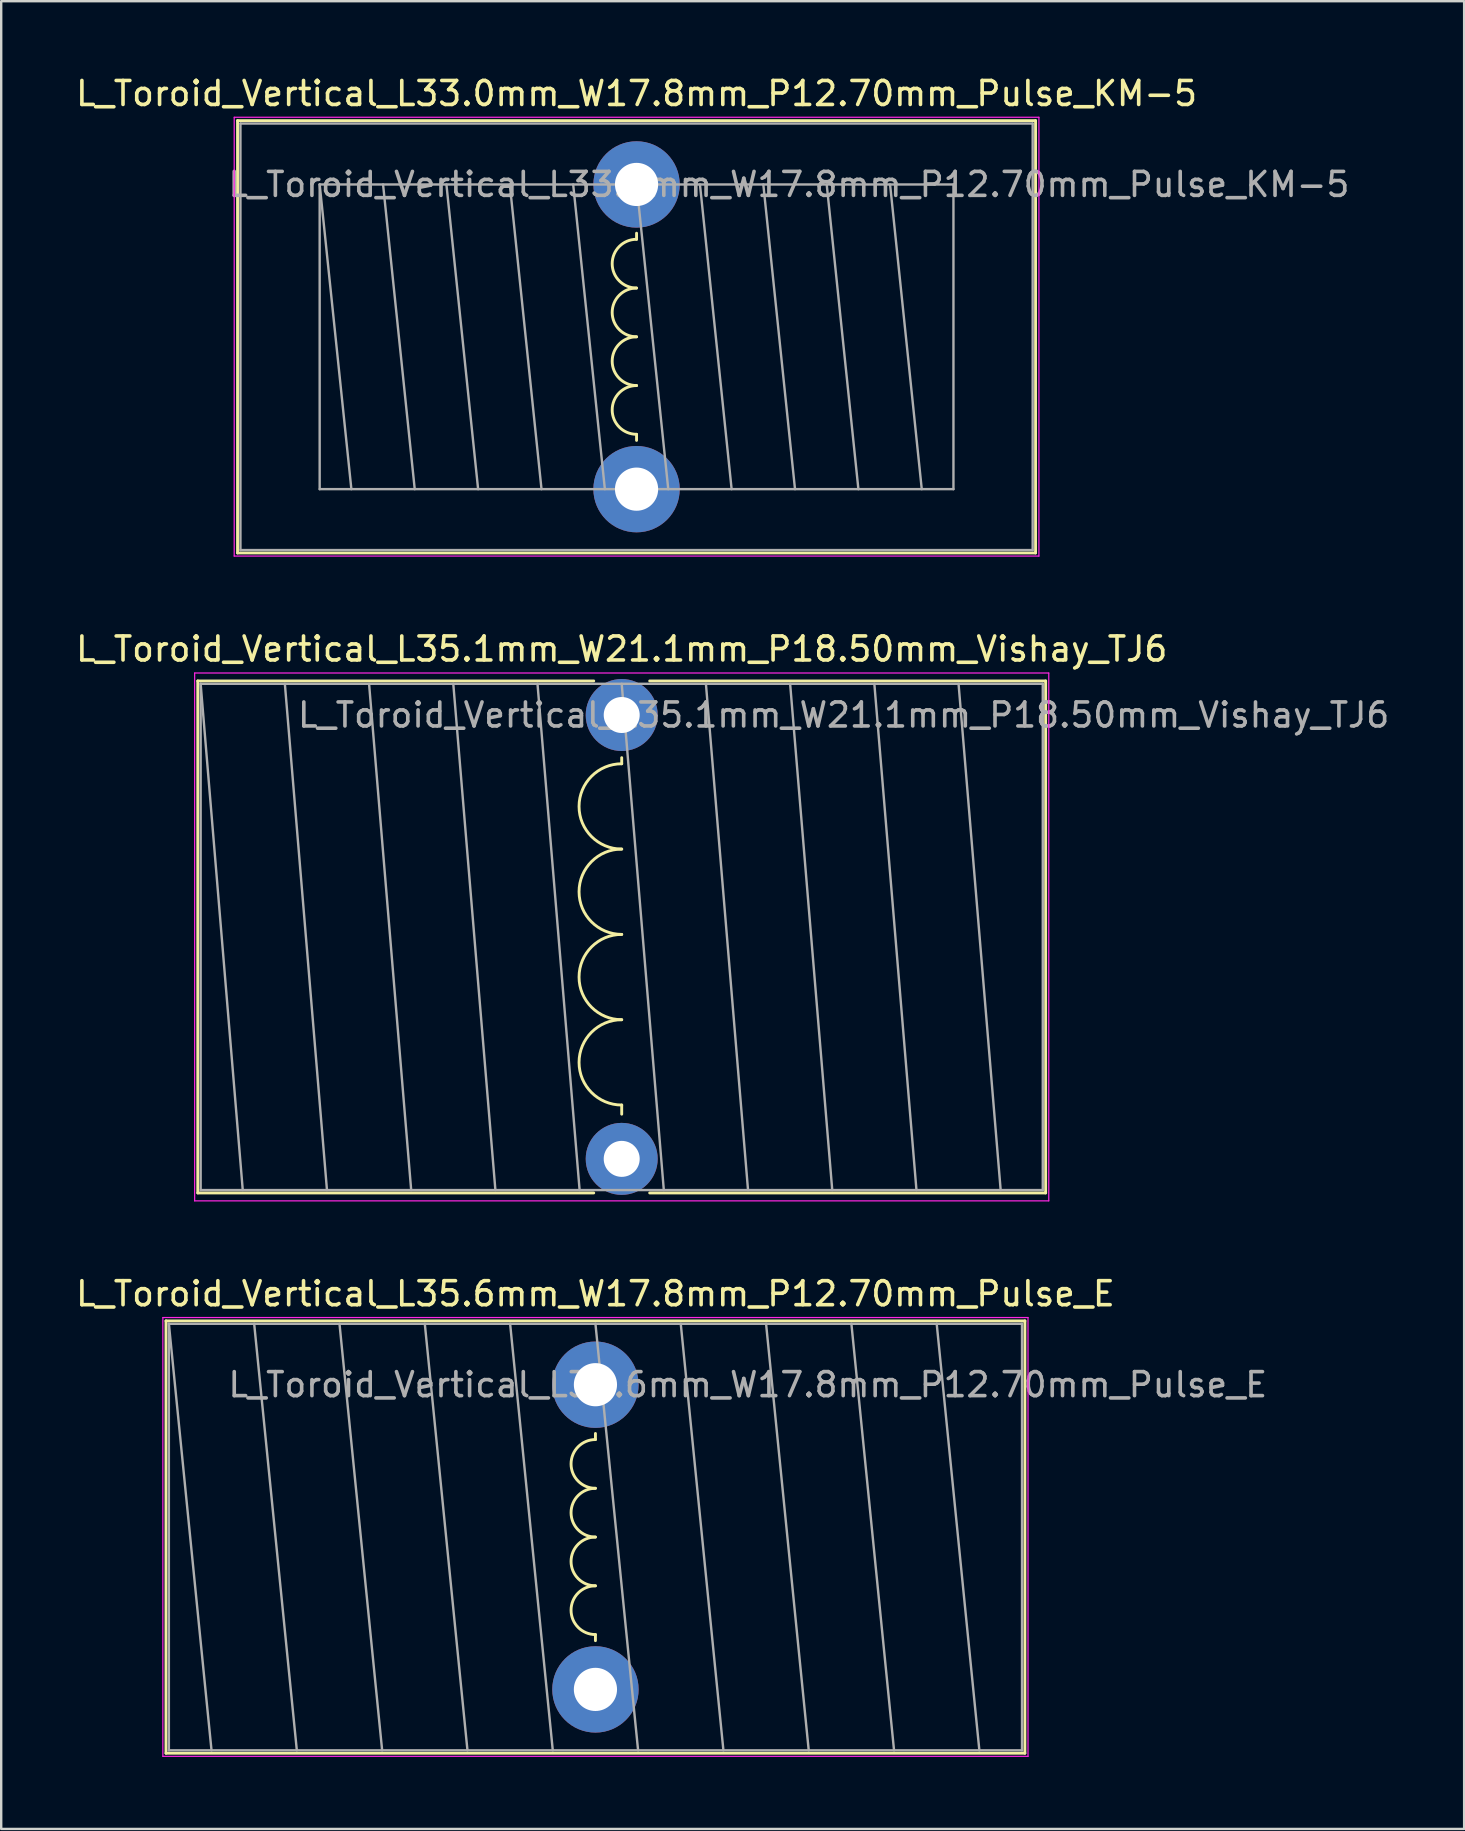
<source format=kicad_pcb>
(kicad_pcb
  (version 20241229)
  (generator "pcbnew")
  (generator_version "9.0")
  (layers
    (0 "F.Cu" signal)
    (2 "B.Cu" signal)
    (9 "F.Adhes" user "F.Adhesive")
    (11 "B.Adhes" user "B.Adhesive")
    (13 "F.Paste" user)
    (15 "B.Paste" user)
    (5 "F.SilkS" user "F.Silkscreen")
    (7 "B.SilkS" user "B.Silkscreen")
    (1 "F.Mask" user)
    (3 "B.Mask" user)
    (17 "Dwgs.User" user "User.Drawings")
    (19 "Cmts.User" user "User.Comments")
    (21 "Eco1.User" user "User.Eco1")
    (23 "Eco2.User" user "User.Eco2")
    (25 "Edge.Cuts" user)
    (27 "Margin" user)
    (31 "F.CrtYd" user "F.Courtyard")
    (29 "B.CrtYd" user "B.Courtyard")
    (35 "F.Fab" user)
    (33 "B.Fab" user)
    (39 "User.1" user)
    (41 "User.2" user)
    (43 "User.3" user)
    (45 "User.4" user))
  (footprint "L_Toroid_Vertical_L33.0mm_W17.8mm_P12.70mm_Pulse_KM-5"
    (layer "F.Cu")
    (at 23.482 4.638)
    (property "Reference" "L_Toroid_Vertical_L33.0mm_W17.8mm_P12.70mm_Pulse_KM-5" (at 0 -3.79 0) (layer "F.SilkS") (effects (font (size 1 1) (thickness 0.15))))
    (attr through_hole)
    (fp_line (start -16.631 -2.66) (end -16.631 15.36) (stroke (width 0.12) (type solid)) (layer "F.SilkS"))
    (fp_line (start -16.631 -2.66) (end 16.631 -2.66) (stroke (width 0.12) (type solid)) (layer "F.SilkS"))
    (fp_line (start -16.631 15.36) (end 16.631 15.36) (stroke (width 0.12) (type solid)) (layer "F.SilkS"))
    (fp_line (start 0 2.286) (end 0 2.032) (stroke (width 0.12) (type solid)) (layer "F.SilkS"))
    (fp_line (start 0 10.414) (end 0 10.668) (stroke (width 0.12) (type solid)) (layer "F.SilkS"))
    (fp_line (start 16.631 -2.66) (end 16.631 15.36) (stroke (width 0.12) (type solid)) (layer "F.SilkS"))
    (fp_arc (start 0 4.318) (mid -1.016 3.302) (end 0 2.286) (stroke (width 0.12) (type solid)) (layer "F.SilkS"))
    (fp_arc (start 0 6.35) (mid -1.016 5.334) (end 0 4.318) (stroke (width 0.12) (type solid)) (layer "F.SilkS"))
    (fp_arc (start 0 8.382) (mid -1.016 7.366) (end 0 6.35) (stroke (width 0.12) (type solid)) (layer "F.SilkS"))
    (fp_arc (start 0 10.414) (mid -1.016 9.398) (end 0 8.382) (stroke (width 0.12) (type solid)) (layer "F.SilkS"))
    (fp_line (start -16.77 -2.8) (end -16.77 15.49) (stroke (width 0.05) (type solid)) (layer "F.CrtYd"))
    (fp_line (start -16.77 15.49) (end 16.77 15.49) (stroke (width 0.05) (type solid)) (layer "F.CrtYd"))
    (fp_line (start 16.77 -2.8) (end -16.77 -2.8) (stroke (width 0.05) (type solid)) (layer "F.CrtYd"))
    (fp_line (start 16.77 15.49) (end 16.77 -2.8) (stroke (width 0.05) (type solid)) (layer "F.CrtYd"))
    (fp_line (start -16.51 -2.54) (end -16.51 15.24) (stroke (width 0.1) (type solid)) (layer "F.Fab"))
    (fp_line (start -16.51 15.24) (end 16.51 15.24) (stroke (width 0.1) (type solid)) (layer "F.Fab"))
    (fp_line (start -13.208 0) (end -13.208 12.7) (stroke (width 0.1) (type solid)) (layer "F.Fab"))
    (fp_line (start -13.208 0) (end -11.887 12.7) (stroke (width 0.1) (type solid)) (layer "F.Fab"))
    (fp_line (start -13.208 12.7) (end 13.208 12.7) (stroke (width 0.1) (type solid)) (layer "F.Fab"))
    (fp_line (start -10.566 0) (end -9.246 12.7) (stroke (width 0.1) (type solid)) (layer "F.Fab"))
    (fp_line (start -7.925 0) (end -6.604 12.7) (stroke (width 0.1) (type solid)) (layer "F.Fab"))
    (fp_line (start -5.283 0) (end -3.962 12.7) (stroke (width 0.1) (type solid)) (layer "F.Fab"))
    (fp_line (start -2.642 0) (end -1.321 12.7) (stroke (width 0.1) (type solid)) (layer "F.Fab"))
    (fp_line (start 0 0) (end 1.321 12.7) (stroke (width 0.1) (type solid)) (layer "F.Fab"))
    (fp_line (start 2.642 0) (end 3.962 12.7) (stroke (width 0.1) (type solid)) (layer "F.Fab"))
    (fp_line (start 5.283 0) (end 6.604 12.7) (stroke (width 0.1) (type solid)) (layer "F.Fab"))
    (fp_line (start 7.925 0) (end 9.246 12.7) (stroke (width 0.1) (type solid)) (layer "F.Fab"))
    (fp_line (start 10.566 0) (end 11.887 12.7) (stroke (width 0.1) (type solid)) (layer "F.Fab"))
    (fp_line (start 13.208 0) (end -13.208 0) (stroke (width 0.1) (type solid)) (layer "F.Fab"))
    (fp_line (start 13.208 12.7) (end 13.208 0) (stroke (width 0.1) (type solid)) (layer "F.Fab"))
    (fp_line (start 16.51 -2.54) (end -16.51 -2.54) (stroke (width 0.1) (type solid)) (layer "F.Fab"))
    (fp_line (start 16.51 15.24) (end 16.51 -2.54) (stroke (width 0.1) (type solid)) (layer "F.Fab"))
    (fp_text user "${REFERENCE}" (at 6.35 0 0) (layer "F.Fab") (effects (font (size 1 1) (thickness 0.15))))
    (pad "1" thru_hole circle (at 0 0) (size 3.6 3.6) (drill 1.8) (layers "*.Cu" "*.Mask"))
    (pad "2" thru_hole circle (at 0 12.7) (size 3.6 3.6) (drill 1.8) (layers "*.Cu" "*.Mask")))
  (footprint "L_Toroid_Vertical_L35.1mm_W21.1mm_P18.50mm_Vishay_TJ6"
    (layer "F.Cu")
    (at 22.863 26.752)
    (property "Reference" "L_Toroid_Vertical_L35.1mm_W21.1mm_P18.50mm_Vishay_TJ6" (at 0 -2.75 0) (layer "F.SilkS") (effects (font (size 1 1) (thickness 0.15))))
    (attr through_hole)
    (fp_line (start -17.67 -1.42) (end -17.67 19.92) (stroke (width 0.12) (type solid)) (layer "F.SilkS"))
    (fp_line (start -17.67 -1.42) (end -1.166 -1.42) (stroke (width 0.12) (type solid)) (layer "F.SilkS"))
    (fp_line (start -17.67 19.92) (end -1.166 19.92) (stroke (width 0.12) (type solid)) (layer "F.SilkS"))
    (fp_line (start 0 2.032) (end 0 1.778) (stroke (width 0.12) (type solid)) (layer "F.SilkS"))
    (fp_line (start 0 16.256) (end 0 16.637) (stroke (width 0.12) (type solid)) (layer "F.SilkS"))
    (fp_line (start 1.166 -1.42) (end 17.67 -1.42) (stroke (width 0.12) (type solid)) (layer "F.SilkS"))
    (fp_line (start 1.166 19.92) (end 17.67 19.92) (stroke (width 0.12) (type solid)) (layer "F.SilkS"))
    (fp_line (start 17.67 -1.42) (end 17.67 19.92) (stroke (width 0.12) (type solid)) (layer "F.SilkS"))
    (fp_arc (start 0 5.588) (mid -1.778 3.81) (end 0 2.032) (stroke (width 0.12) (type solid)) (layer "F.SilkS"))
    (fp_arc (start 0 9.144) (mid -1.778 7.366) (end 0 5.588) (stroke (width 0.12) (type solid)) (layer "F.SilkS"))
    (fp_arc (start 0 12.7) (mid -1.778 10.922) (end 0 9.144) (stroke (width 0.12) (type solid)) (layer "F.SilkS"))
    (fp_arc (start 0 16.256) (mid -1.778 14.478) (end 0 12.7) (stroke (width 0.12) (type solid)) (layer "F.SilkS"))
    (fp_line (start -17.8 -1.75) (end -17.8 20.25) (stroke (width 0.05) (type solid)) (layer "F.CrtYd"))
    (fp_line (start -17.8 20.25) (end 17.8 20.25) (stroke (width 0.05) (type solid)) (layer "F.CrtYd"))
    (fp_line (start 17.8 -1.75) (end -17.8 -1.75) (stroke (width 0.05) (type solid)) (layer "F.CrtYd"))
    (fp_line (start 17.8 20.25) (end 17.8 -1.75) (stroke (width 0.05) (type solid)) (layer "F.CrtYd"))
    (fp_line (start -17.55 -1.3) (end -17.55 19.8) (stroke (width 0.1) (type solid)) (layer "F.Fab"))
    (fp_line (start -17.55 -1.3) (end -15.795 19.8) (stroke (width 0.1) (type solid)) (layer "F.Fab"))
    (fp_line (start -17.55 19.8) (end 17.55 19.8) (stroke (width 0.1) (type solid)) (layer "F.Fab"))
    (fp_line (start -14.04 -1.3) (end -12.285 19.8) (stroke (width 0.1) (type solid)) (layer "F.Fab"))
    (fp_line (start -10.53 -1.3) (end -8.775 19.8) (stroke (width 0.1) (type solid)) (layer "F.Fab"))
    (fp_line (start -7.02 -1.3) (end -5.265 19.8) (stroke (width 0.1) (type solid)) (layer "F.Fab"))
    (fp_line (start -3.51 -1.3) (end -1.755 19.8) (stroke (width 0.1) (type solid)) (layer "F.Fab"))
    (fp_line (start 0 -1.3) (end 1.755 19.8) (stroke (width 0.1) (type solid)) (layer "F.Fab"))
    (fp_line (start 3.51 -1.3) (end 5.265 19.8) (stroke (width 0.1) (type solid)) (layer "F.Fab"))
    (fp_line (start 7.02 -1.3) (end 8.775 19.8) (stroke (width 0.1) (type solid)) (layer "F.Fab"))
    (fp_line (start 10.53 -1.3) (end 12.285 19.8) (stroke (width 0.1) (type solid)) (layer "F.Fab"))
    (fp_line (start 14.04 -1.3) (end 15.795 19.8) (stroke (width 0.1) (type solid)) (layer "F.Fab"))
    (fp_line (start 17.55 -1.3) (end -17.55 -1.3) (stroke (width 0.1) (type solid)) (layer "F.Fab"))
    (fp_line (start 17.55 19.8) (end 17.55 -1.3) (stroke (width 0.1) (type solid)) (layer "F.Fab"))
    (fp_text user "${REFERENCE}" (at 9.25 0 0) (layer "F.Fab") (effects (font (size 1 1) (thickness 0.15))))
    (pad "1" thru_hole circle (at 0 0) (size 3 3) (drill 1.5) (layers "*.Cu" "*.Mask"))
    (pad "2" thru_hole circle (at 0 18.5) (size 3 3) (drill 1.5) (layers "*.Cu" "*.Mask")))
  (footprint "L_Toroid_Vertical_L35.6mm_W17.8mm_P12.70mm_Pulse_E"
    (layer "F.Cu")
    (at 21.768 54.665)
    (property "Reference" "L_Toroid_Vertical_L35.6mm_W17.8mm_P12.70mm_Pulse_E" (at 0 -3.79 0) (layer "F.SilkS") (effects (font (size 1 1) (thickness 0.15))))
    (attr through_hole)
    (fp_line (start -17.9 -2.66) (end -17.9 15.36) (stroke (width 0.12) (type solid)) (layer "F.SilkS"))
    (fp_line (start -17.9 -2.66) (end 17.9 -2.66) (stroke (width 0.12) (type solid)) (layer "F.SilkS"))
    (fp_line (start -17.9 15.36) (end 17.9 15.36) (stroke (width 0.12) (type solid)) (layer "F.SilkS"))
    (fp_line (start 0 2.286) (end 0 2.032) (stroke (width 0.12) (type solid)) (layer "F.SilkS"))
    (fp_line (start 0 10.414) (end 0 10.668) (stroke (width 0.12) (type solid)) (layer "F.SilkS"))
    (fp_line (start 17.9 -2.66) (end 17.9 15.36) (stroke (width 0.12) (type solid)) (layer "F.SilkS"))
    (fp_arc (start 0 4.318) (mid -1.016 3.302) (end 0 2.286) (stroke (width 0.12) (type solid)) (layer "F.SilkS"))
    (fp_arc (start 0 6.35) (mid -1.016 5.334) (end 0 4.318) (stroke (width 0.12) (type solid)) (layer "F.SilkS"))
    (fp_arc (start 0 8.382) (mid -1.016 7.366) (end 0 6.35) (stroke (width 0.12) (type solid)) (layer "F.SilkS"))
    (fp_arc (start 0 10.414) (mid -1.016 9.398) (end 0 8.382) (stroke (width 0.12) (type solid)) (layer "F.SilkS"))
    (fp_line (start -18.03 -2.8) (end -18.03 15.49) (stroke (width 0.05) (type solid)) (layer "F.CrtYd"))
    (fp_line (start -18.03 15.49) (end 18.03 15.49) (stroke (width 0.05) (type solid)) (layer "F.CrtYd"))
    (fp_line (start 18.03 -2.8) (end -18.03 -2.8) (stroke (width 0.05) (type solid)) (layer "F.CrtYd"))
    (fp_line (start 18.03 15.49) (end 18.03 -2.8) (stroke (width 0.05) (type solid)) (layer "F.CrtYd"))
    (fp_line (start -17.78 -2.54) (end -17.78 15.24) (stroke (width 0.1) (type solid)) (layer "F.Fab"))
    (fp_line (start -17.78 -2.54) (end -16.002 15.24) (stroke (width 0.1) (type solid)) (layer "F.Fab"))
    (fp_line (start -17.78 15.24) (end 17.78 15.24) (stroke (width 0.1) (type solid)) (layer "F.Fab"))
    (fp_line (start -14.224 -2.54) (end -12.446 15.24) (stroke (width 0.1) (type solid)) (layer "F.Fab"))
    (fp_line (start -10.668 -2.54) (end -8.89 15.24) (stroke (width 0.1) (type solid)) (layer "F.Fab"))
    (fp_line (start -7.112 -2.54) (end -5.334 15.24) (stroke (width 0.1) (type solid)) (layer "F.Fab"))
    (fp_line (start -3.556 -2.54) (end -1.778 15.24) (stroke (width 0.1) (type solid)) (layer "F.Fab"))
    (fp_line (start 0 -2.54) (end 1.778 15.24) (stroke (width 0.1) (type solid)) (layer "F.Fab"))
    (fp_line (start 3.556 -2.54) (end 5.334 15.24) (stroke (width 0.1) (type solid)) (layer "F.Fab"))
    (fp_line (start 7.112 -2.54) (end 8.89 15.24) (stroke (width 0.1) (type solid)) (layer "F.Fab"))
    (fp_line (start 10.668 -2.54) (end 12.446 15.24) (stroke (width 0.1) (type solid)) (layer "F.Fab"))
    (fp_line (start 14.224 -2.54) (end 16.002 15.24) (stroke (width 0.1) (type solid)) (layer "F.Fab"))
    (fp_line (start 17.78 -2.54) (end -17.78 -2.54) (stroke (width 0.1) (type solid)) (layer "F.Fab"))
    (fp_line (start 17.78 15.24) (end 17.78 -2.54) (stroke (width 0.1) (type solid)) (layer "F.Fab"))
    (fp_text user "${REFERENCE}" (at 6.35 0 0) (layer "F.Fab") (effects (font (size 1 1) (thickness 0.15))))
    (pad "1" thru_hole circle (at 0 0) (size 3.6 3.6) (drill 1.8) (layers "*.Cu" "*.Mask"))
    (pad "2" thru_hole circle (at 0 12.7) (size 3.6 3.6) (drill 1.8) (layers "*.Cu" "*.Mask")))
  (gr_rect
    (start -3 -3)
    (end 57.976 73.18)
    (stroke (width 0.1) (type default))
    (fill no)
    (layer "Edge.Cuts")))
</source>
